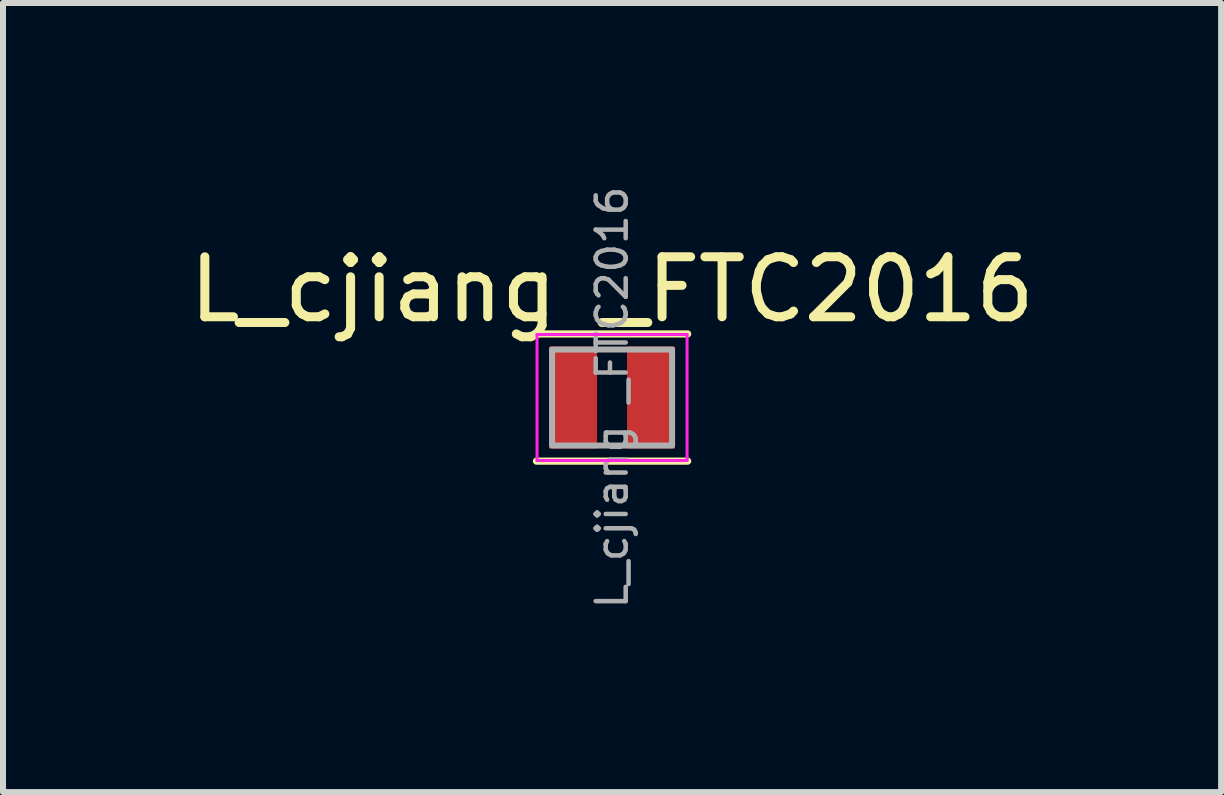
<source format=kicad_pcb>
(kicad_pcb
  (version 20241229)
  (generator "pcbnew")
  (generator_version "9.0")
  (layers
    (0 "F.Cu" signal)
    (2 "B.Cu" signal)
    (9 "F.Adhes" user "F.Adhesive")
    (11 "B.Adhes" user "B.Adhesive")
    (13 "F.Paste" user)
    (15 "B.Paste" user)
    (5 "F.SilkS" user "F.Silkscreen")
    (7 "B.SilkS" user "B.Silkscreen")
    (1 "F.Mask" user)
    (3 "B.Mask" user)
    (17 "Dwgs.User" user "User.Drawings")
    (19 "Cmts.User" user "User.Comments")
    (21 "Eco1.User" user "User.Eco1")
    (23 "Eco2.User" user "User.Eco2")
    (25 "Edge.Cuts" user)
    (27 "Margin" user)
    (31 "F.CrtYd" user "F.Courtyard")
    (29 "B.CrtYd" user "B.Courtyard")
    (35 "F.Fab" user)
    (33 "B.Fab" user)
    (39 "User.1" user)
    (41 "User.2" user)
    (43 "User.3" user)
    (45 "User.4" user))
  (footprint "L_cjiang _FTC2016"
    (layer "F.Cu")
    (at 7.149 3.574)
    (property "Reference" "L_cjiang _FTC2016" (at 0 -1.8 0) (layer "F.SilkS") (effects (font (size 1 1) (thickness 0.15))))
    (attr smd)
    (fp_line (start -1.26 -1.06) (end 1.26 -1.06) (stroke (width 0.12) (type solid)) (layer "F.SilkS"))
    (fp_line (start -1.26 1.06) (end 1.26 1.06) (stroke (width 0.12) (type solid)) (layer "F.SilkS"))
    (fp_line (start -1.25 -1.05) (end -1.25 1.05) (stroke (width 0.05) (type solid)) (layer "F.CrtYd"))
    (fp_line (start -1.25 1.05) (end 1.25 1.05) (stroke (width 0.05) (type solid)) (layer "F.CrtYd"))
    (fp_line (start 1.25 -1.05) (end -1.25 -1.05) (stroke (width 0.05) (type solid)) (layer "F.CrtYd"))
    (fp_line (start 1.25 1.05) (end 1.25 -1.05) (stroke (width 0.05) (type solid)) (layer "F.CrtYd"))
    (fp_rect (start -1 -0.8) (end 1 0.8) (stroke (width 0.1) (type default)) (fill no) (layer "F.Fab"))
    (fp_text user "${REFERENCE}" (at 0 0 90) (layer "F.Fab") (effects (font (size 0.5 0.5) (thickness 0.075))))
    (pad "1" smd rect (at -0.65 0) (size 0.8 1.7) (layers "F.Cu" "F.Mask" "F.Paste"))
    (pad "2" smd rect (at 0.65 0) (size 0.8 1.7) (layers "F.Cu" "F.Mask" "F.Paste")))
  (gr_rect
    (start -3 -3)
    (end 17.298 10.149)
    (stroke (width 0.1) (type default))
    (fill no)
    (layer "Edge.Cuts")))
</source>
